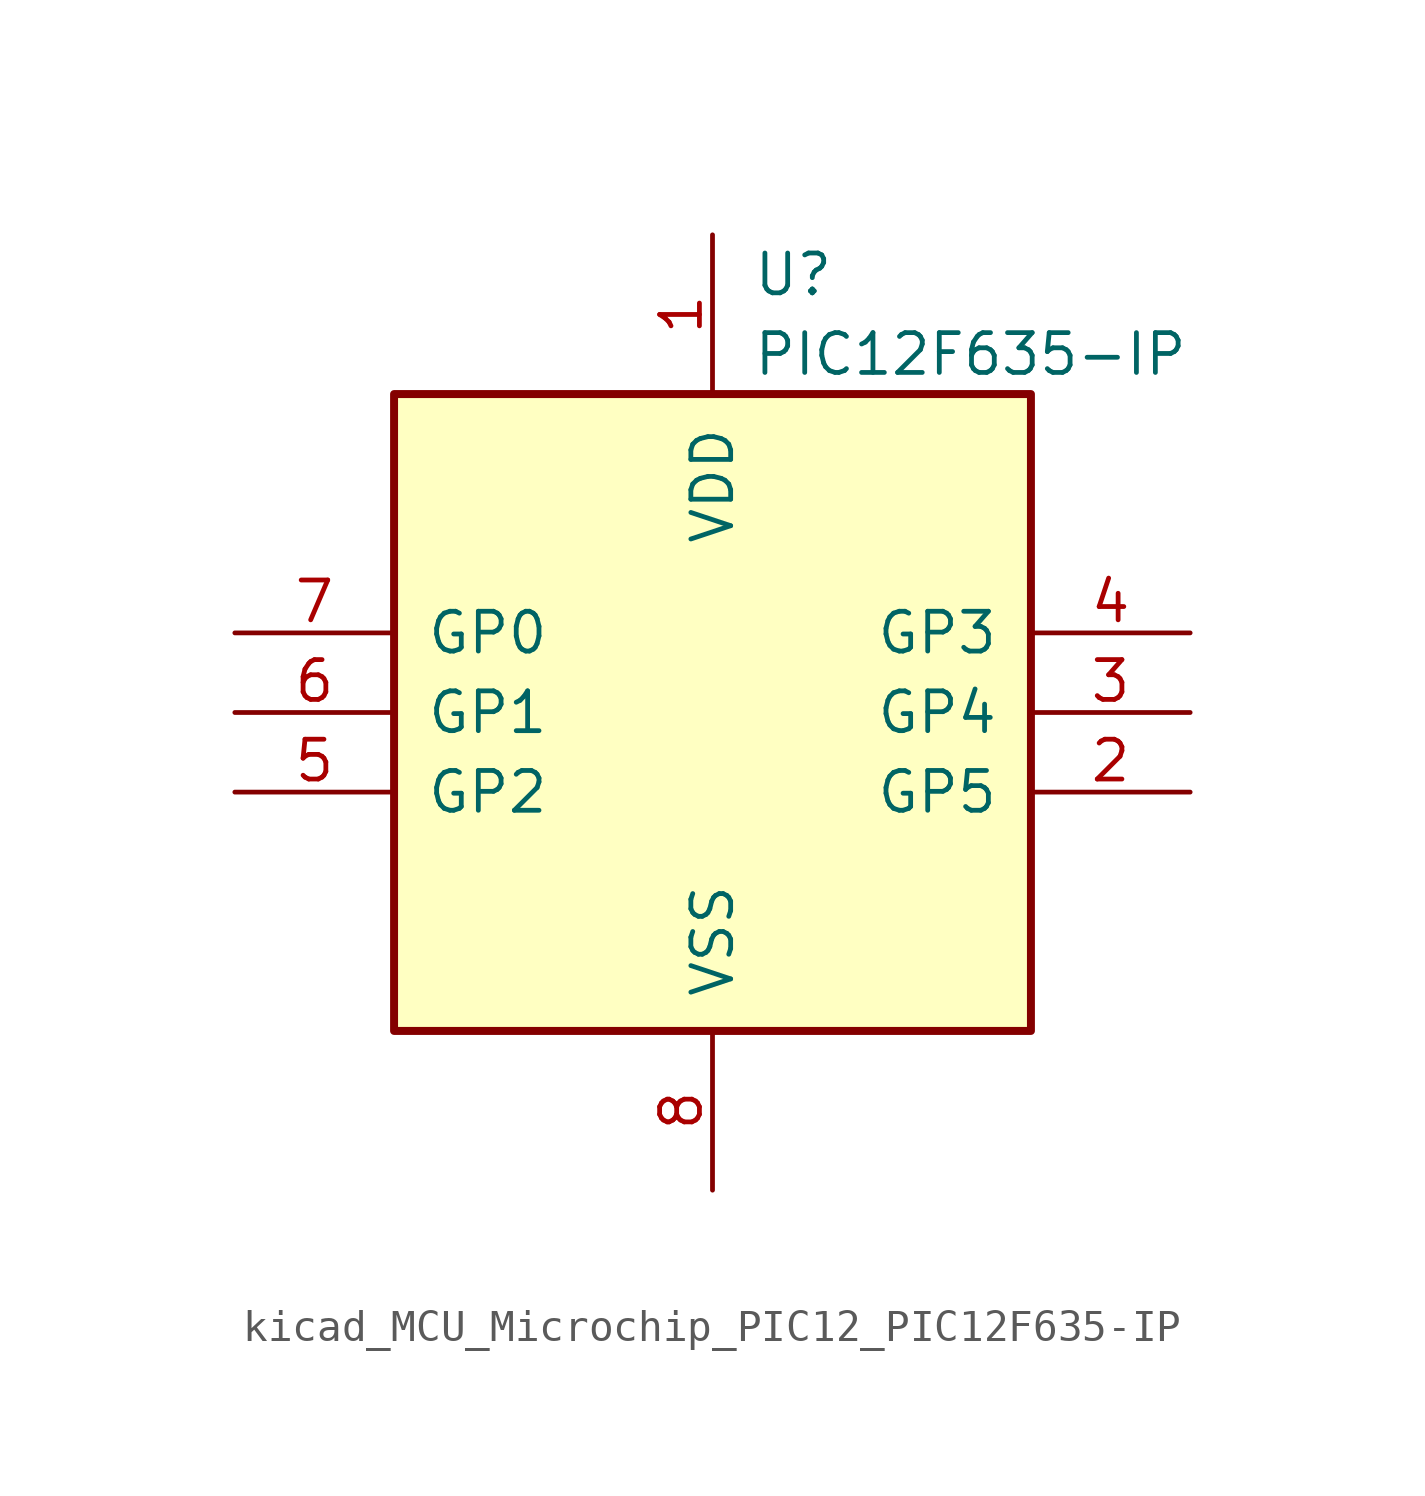
<source format=kicad_sym>
(kicad_symbol_lib
  (version 20220914)
  (generator kicad_symbol_editor)
  (symbol "kicad_MCU_Microchip_PIC12_PIC12F635-IP"
    (pin_names
      (offset 1.016))
    (property "Reference" "U"
      (at 1.27 13.97 0)
      (effects (font (size 1.27 1.27)) (justify left)))
    (property "Value" "PIC12F635-IP"
      (at 1.27 11.43 0)
      (effects (font (size 1.27 1.27)) (justify left)))
    (symbol "kicad_MCU_Microchip_PIC12_PIC12F635-IP_0_1"
      (rectangle (start 10.16 -10.16) (end -10.16 10.16) (stroke (width 0.254) (type default)) (fill (type background))))
    (symbol "kicad_MCU_Microchip_PIC12_PIC12F635-IP_1_1"
      (pin power_in line (at 0 15.24 270) (length 5.08) (name "VDD" (effects (font (size 1.27 1.27)))) (number "1" (effects (font (size 1.27 1.27)))))
      (pin bidirectional line (at 15.24 -2.54 180) (length 5.08) (name "GP5" (effects (font (size 1.27 1.27)))) (number "2" (effects (font (size 1.27 1.27)))))
      (pin bidirectional line (at 15.24 0 180) (length 5.08) (name "GP4" (effects (font (size 1.27 1.27)))) (number "3" (effects (font (size 1.27 1.27)))))
      (pin input line (at 15.24 2.54 180) (length 5.08) (name "GP3" (effects (font (size 1.27 1.27)))) (number "4" (effects (font (size 1.27 1.27)))))
      (pin bidirectional line (at -15.24 -2.54 0) (length 5.08) (name "GP2" (effects (font (size 1.27 1.27)))) (number "5" (effects (font (size 1.27 1.27)))))
      (pin bidirectional line (at -15.24 0 0) (length 5.08) (name "GP1" (effects (font (size 1.27 1.27)))) (number "6" (effects (font (size 1.27 1.27)))))
      (pin bidirectional line (at -15.24 2.54 0) (length 5.08) (name "GP0" (effects (font (size 1.27 1.27)))) (number "7" (effects (font (size 1.27 1.27)))))
      (pin power_in line (at 0 -15.24 90) (length 5.08) (name "VSS" (effects (font (size 1.27 1.27)))) (number "8" (effects (font (size 1.27 1.27))))))))
</source>
